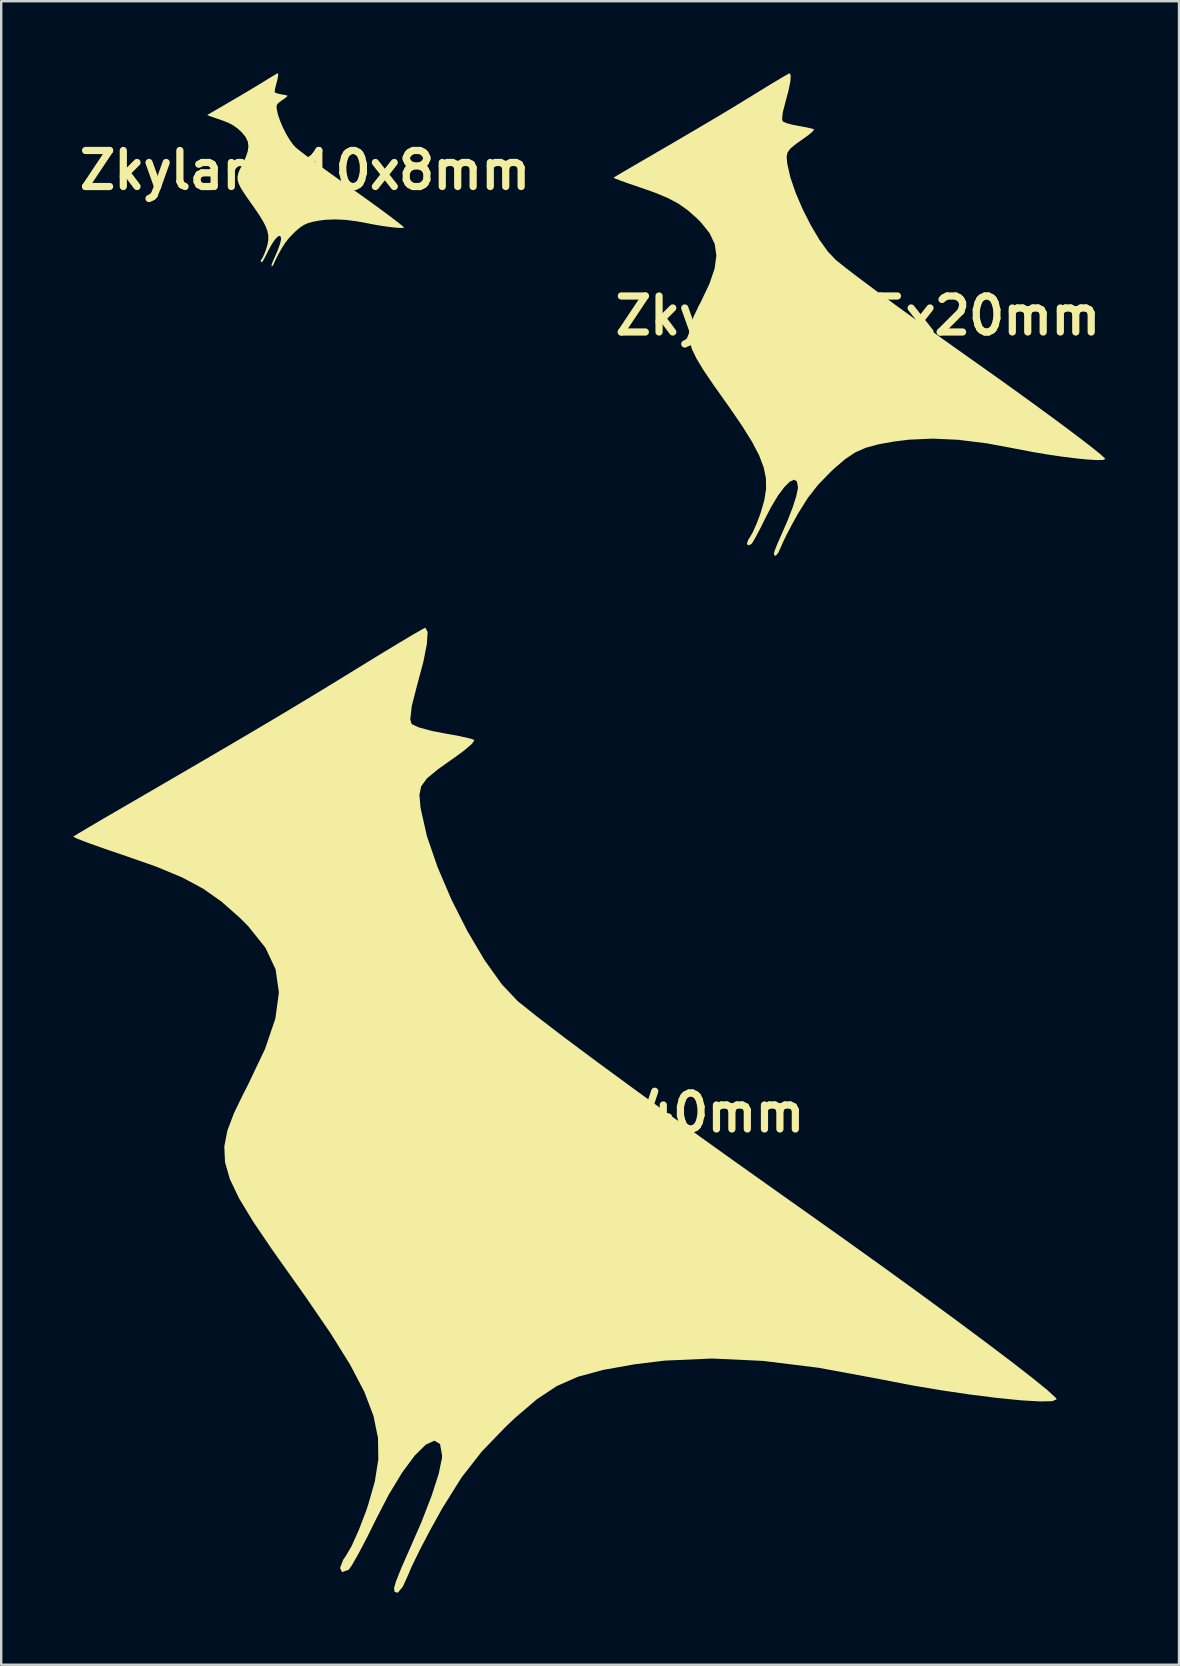
<source format=kicad_pcb>
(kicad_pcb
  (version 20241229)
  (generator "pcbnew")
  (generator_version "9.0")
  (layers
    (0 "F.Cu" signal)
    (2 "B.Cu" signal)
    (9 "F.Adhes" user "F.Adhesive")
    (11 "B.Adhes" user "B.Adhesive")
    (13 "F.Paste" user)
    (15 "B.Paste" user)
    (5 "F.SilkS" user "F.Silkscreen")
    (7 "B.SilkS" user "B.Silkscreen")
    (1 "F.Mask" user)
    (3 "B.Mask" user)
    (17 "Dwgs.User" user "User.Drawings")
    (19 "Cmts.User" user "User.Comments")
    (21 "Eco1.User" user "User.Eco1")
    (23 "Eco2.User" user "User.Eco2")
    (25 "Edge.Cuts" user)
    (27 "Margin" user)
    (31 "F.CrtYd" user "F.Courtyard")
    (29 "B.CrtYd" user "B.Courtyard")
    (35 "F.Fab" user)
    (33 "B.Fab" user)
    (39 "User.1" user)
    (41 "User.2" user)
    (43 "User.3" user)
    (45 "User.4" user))
  (footprint "Zkylark_50x40mm"
    (layer "F.Cu")
    (at 20.363 43.296)
    (property "Reference" "Zkylark_50x40mm" (at 0 0 0) (layer "F.SilkS") (effects (font (size 1.5 1.5) (thickness 0.3))))
    (attr board_only exclude_from_pos_files exclude_from_bom)
    (fp_poly (pts (xy -5.601 -20.021) (xy -5.633 -19.522) (xy -5.784 -18.759) (xy -6.031 -17.842) (xy -6.261 -16.945) (xy -6.325 -16.379) (xy -6.267 -16.187) (xy -5.974 -16.05) (xy -5.42 -15.9) (xy -4.908 -15.801) (xy -4.27 -15.685) (xy -3.811 -15.58) (xy -3.654 -15.521) (xy -3.751 -15.368) (xy -4.098 -15.072) (xy -4.431 -14.828) (xy -5.169 -14.306) (xy -5.63 -13.924) (xy -5.869 -13.598) (xy -5.943 -13.244) (xy -5.905 -12.78) (xy -5.885 -12.639) (xy -5.631 -11.518) (xy -5.192 -10.239) (xy -4.616 -8.891) (xy -3.947 -7.567) (xy -3.232 -6.358) (xy -2.517 -5.354) (xy -1.848 -4.646) (xy -1.837 -4.637) (xy -1.032 -3.994) (xy 0.079 -3.143) (xy 1.475 -2.103) (xy 3.131 -0.889) (xy 5.022 0.48) (xy 7.127 1.987) (xy 9.421 3.615) (xy 10.061 4.067) (xy 11.766 5.277) (xy 13.409 6.454) (xy 14.957 7.576) (xy 16.38 8.619) (xy 17.647 9.562) (xy 18.728 10.379) (xy 19.591 11.05) (xy 20.207 11.55) (xy 20.544 11.857) (xy 20.6 11.939) (xy 20.414 12.015) (xy 19.896 12.026) (xy 19.11 11.979) (xy 18.117 11.88) (xy 16.979 11.737) (xy 15.759 11.557) (xy 14.519 11.347) (xy 13.321 11.114) (xy 13.3 11.109) (xy 10.695 10.626) (xy 8.367 10.337) (xy 6.246 10.239) (xy 4.262 10.326) (xy 3.036 10.477) (xy 1.705 10.714) (xy 0.658 10.998) (xy -0.222 11.386) (xy -1.05 11.934) (xy -1.943 12.696) (xy -2.332 13.062) (xy -3.349 14.116) (xy -4.185 15.188) (xy -4.979 16.457) (xy -5.022 16.531) (xy -5.507 17.408) (xy -5.941 18.236) (xy -6.268 18.91) (xy -6.412 19.25) (xy -6.633 19.738) (xy -6.84 19.992) (xy -6.976 19.961) (xy -7 19.796) (xy -6.921 19.525) (xy -6.713 19) (xy -6.419 18.329) (xy -6.381 18.246) (xy -5.852 17.034) (xy -5.43 15.94) (xy -5.139 15.035) (xy -5.006 14.392) (xy -5 14.28) (xy -5.084 13.803) (xy -5.318 13.66) (xy -5.676 13.824) (xy -6.13 14.27) (xy -6.654 14.974) (xy -7.22 15.908) (xy -7.707 16.847) (xy -8.119 17.678) (xy -8.483 18.372) (xy -8.757 18.853) (xy -8.89 19.037) (xy -9.167 19.135) (xy -9.25 18.965) (xy -9.12 18.623) (xy -9.016 18.475) (xy -8.77 18.053) (xy -8.466 17.377) (xy -8.16 16.575) (xy -8.09 16.369) (xy -7.802 15.367) (xy -7.656 14.444) (xy -7.669 13.548) (xy -7.857 12.628) (xy -8.237 11.63) (xy -8.825 10.503) (xy -9.639 9.195) (xy -10.696 7.653) (xy -11.045 7.161) (xy -12.068 5.717) (xy -12.866 4.54) (xy -13.452 3.574) (xy -13.839 2.766) (xy -14.041 2.061) (xy -14.07 1.405) (xy -13.942 0.742) (xy -13.668 0.019) (xy -13.262 -0.818) (xy -13.085 -1.161) (xy -12.374 -2.656) (xy -11.944 -3.919) (xy -11.796 -5.006) (xy -11.934 -5.973) (xy -12.36 -6.876) (xy -13.078 -7.771) (xy -13.433 -8.127) (xy -14.186 -8.791) (xy -14.951 -9.33) (xy -15.825 -9.799) (xy -16.904 -10.248) (xy -18.163 -10.689) (xy -19.032 -10.985) (xy -19.736 -11.235) (xy -20.204 -11.415) (xy -20.363 -11.498) (xy -20.363 -11.499) (xy -20.174 -11.617) (xy -19.716 -11.889) (xy -19.068 -12.27) (xy -18.6 -12.542) (xy -16.682 -13.657) (xy -15.058 -14.603) (xy -13.677 -15.412) (xy -12.488 -16.113) (xy -11.437 -16.739) (xy -10.474 -17.319) (xy -9.546 -17.884) (xy -8.646 -18.437) (xy -7.696 -19.021) (xy -6.868 -19.523) (xy -6.22 -19.909) (xy -5.811 -20.144) (xy -5.696 -20.2)) (stroke (width 0) (type solid)) (fill yes) (layer "F.SilkS")))
  (footprint "Zkylark_25x20mm"
    (layer "F.Cu")
    (at 32.686 10.1)
    (property "Reference" "Zkylark_25x20mm" (at 0 0 0) (layer "F.SilkS") (effects (font (size 1.5 1.5) (thickness 0.3))))
    (attr board_only exclude_from_pos_files exclude_from_bom)
    (fp_poly (pts (xy -2.8 -10.011) (xy -2.816 -9.761) (xy -2.892 -9.38) (xy -3.015 -8.921) (xy -3.131 -8.473) (xy -3.162 -8.189) (xy -3.133 -8.093) (xy -2.987 -8.025) (xy -2.71 -7.95) (xy -2.454 -7.901) (xy -2.135 -7.843) (xy -1.905 -7.79) (xy -1.827 -7.76) (xy -1.876 -7.684) (xy -2.049 -7.536) (xy -2.216 -7.414) (xy -2.585 -7.153) (xy -2.815 -6.962) (xy -2.935 -6.799) (xy -2.971 -6.622) (xy -2.952 -6.39) (xy -2.943 -6.32) (xy -2.815 -5.759) (xy -2.596 -5.119) (xy -2.308 -4.446) (xy -1.973 -3.784) (xy -1.616 -3.179) (xy -1.258 -2.677) (xy -0.924 -2.323) (xy -0.918 -2.319) (xy -0.516 -1.997) (xy 0.04 -1.572) (xy 0.737 -1.051) (xy 1.565 -0.445) (xy 2.511 0.24) (xy 3.564 0.994) (xy 4.711 1.808) (xy 5.03 2.033) (xy 5.883 2.638) (xy 6.704 3.227) (xy 7.478 3.788) (xy 8.19 4.31) (xy 8.823 4.781) (xy 9.364 5.19) (xy 9.796 5.525) (xy 10.104 5.775) (xy 10.272 5.929) (xy 10.3 5.969) (xy 10.207 6.008) (xy 9.948 6.013) (xy 9.555 5.989) (xy 9.058 5.94) (xy 8.49 5.868) (xy 7.88 5.778) (xy 7.26 5.673) (xy 6.661 5.557) (xy 6.65 5.555) (xy 5.348 5.313) (xy 4.184 5.169) (xy 3.123 5.119) (xy 2.131 5.163) (xy 1.518 5.238) (xy 0.853 5.357) (xy 0.329 5.499) (xy -0.111 5.693) (xy -0.525 5.967) (xy -0.972 6.348) (xy -1.166 6.531) (xy -1.674 7.058) (xy -2.092 7.594) (xy -2.49 8.229) (xy -2.511 8.266) (xy -2.753 8.704) (xy -2.97 9.118) (xy -3.134 9.455) (xy -3.206 9.625) (xy -3.317 9.869) (xy -3.42 9.996) (xy -3.488 9.981) (xy -3.5 9.898) (xy -3.461 9.762) (xy -3.357 9.5) (xy -3.209 9.165) (xy -3.19 9.123) (xy -2.926 8.517) (xy -2.715 7.97) (xy -2.57 7.518) (xy -2.503 7.196) (xy -2.5 7.14) (xy -2.542 6.902) (xy -2.659 6.83) (xy -2.838 6.912) (xy -3.065 7.135) (xy -3.327 7.487) (xy -3.61 7.954) (xy -3.853 8.424) (xy -4.059 8.839) (xy -4.242 9.186) (xy -4.379 9.427) (xy -4.445 9.518) (xy -4.583 9.567) (xy -4.625 9.483) (xy -4.56 9.311) (xy -4.508 9.238) (xy -4.385 9.027) (xy -4.233 8.688) (xy -4.08 8.287) (xy -4.045 8.185) (xy -3.901 7.683) (xy -3.828 7.222) (xy -3.834 6.774) (xy -3.928 6.314) (xy -4.118 5.815) (xy -4.413 5.252) (xy -4.82 4.598) (xy -5.348 3.827) (xy -5.523 3.581) (xy -6.034 2.859) (xy -6.433 2.27) (xy -6.726 1.787) (xy -6.919 1.383) (xy -7.02 1.031) (xy -7.035 0.702) (xy -6.971 0.371) (xy -6.834 0.01) (xy -6.631 -0.409) (xy -6.542 -0.581) (xy -6.187 -1.328) (xy -5.972 -1.96) (xy -5.898 -2.503) (xy -5.967 -2.986) (xy -6.18 -3.438) (xy -6.539 -3.886) (xy -6.717 -4.064) (xy -7.093 -4.395) (xy -7.475 -4.665) (xy -7.912 -4.899) (xy -8.452 -5.124) (xy -9.081 -5.345) (xy -9.516 -5.492) (xy -9.868 -5.618) (xy -10.102 -5.708) (xy -10.182 -5.749) (xy -10.181 -5.749) (xy -10.087 -5.808) (xy -9.858 -5.945) (xy -9.534 -6.135) (xy -9.3 -6.271) (xy -8.341 -6.829) (xy -7.529 -7.302) (xy -6.839 -7.706) (xy -6.244 -8.057) (xy -5.719 -8.369) (xy -5.237 -8.659) (xy -4.773 -8.942) (xy -4.323 -9.219) (xy -3.848 -9.511) (xy -3.434 -9.762) (xy -3.11 -9.954) (xy -2.906 -10.072) (xy -2.848 -10.1)) (stroke (width 0) (type solid)) (fill yes) (layer "F.SilkS")))
  (footprint "Zkylark_10x8mm"
    (layer "F.Cu")
    (at 9.657 4.04)
    (property "Reference" "Zkylark_10x8mm" (at 0 0 0) (layer "F.SilkS") (effects (font (size 1.5 1.5) (thickness 0.3))))
    (attr board_only exclude_from_pos_files exclude_from_bom)
    (fp_poly (pts (xy -1.12 -4.004) (xy -1.127 -3.904) (xy -1.157 -3.752) (xy -1.206 -3.568) (xy -1.252 -3.389) (xy -1.265 -3.276) (xy -1.253 -3.237) (xy -1.195 -3.21) (xy -1.084 -3.18) (xy -0.982 -3.16) (xy -0.854 -3.137) (xy -0.762 -3.116) (xy -0.731 -3.104) (xy -0.75 -3.074) (xy -0.82 -3.014) (xy -0.886 -2.966) (xy -1.034 -2.861) (xy -1.126 -2.785) (xy -1.174 -2.72) (xy -1.189 -2.649) (xy -1.181 -2.556) (xy -1.177 -2.528) (xy -1.126 -2.304) (xy -1.038 -2.048) (xy -0.923 -1.778) (xy -0.789 -1.513) (xy -0.646 -1.272) (xy -0.503 -1.071) (xy -0.37 -0.929) (xy -0.367 -0.927) (xy -0.206 -0.799) (xy 0.016 -0.629) (xy 0.295 -0.421) (xy 0.626 -0.178) (xy 1.004 0.096) (xy 1.425 0.397) (xy 1.884 0.723) (xy 2.012 0.813) (xy 2.353 1.055) (xy 2.682 1.291) (xy 2.991 1.515) (xy 3.276 1.724) (xy 3.529 1.912) (xy 3.746 2.076) (xy 3.918 2.21) (xy 4.041 2.31) (xy 4.109 2.371) (xy 4.12 2.388) (xy 4.083 2.403) (xy 3.979 2.405) (xy 3.822 2.396) (xy 3.623 2.376) (xy 3.396 2.347) (xy 3.152 2.311) (xy 2.904 2.269) (xy 2.664 2.223) (xy 2.66 2.222) (xy 2.139 2.125) (xy 1.673 2.067) (xy 1.249 2.048) (xy 0.852 2.065) (xy 0.607 2.095) (xy 0.341 2.143) (xy 0.132 2.2) (xy -0.044 2.277) (xy -0.21 2.387) (xy -0.389 2.539) (xy -0.466 2.612) (xy -0.67 2.823) (xy -0.837 3.038) (xy -0.996 3.291) (xy -1.004 3.306) (xy -1.101 3.482) (xy -1.188 3.647) (xy -1.254 3.782) (xy -1.282 3.85) (xy -1.327 3.948) (xy -1.368 3.998) (xy -1.395 3.992) (xy -1.4 3.959) (xy -1.384 3.905) (xy -1.343 3.8) (xy -1.284 3.666) (xy -1.276 3.649) (xy -1.17 3.407) (xy -1.086 3.188) (xy -1.028 3.007) (xy -1.001 2.878) (xy -1 2.856) (xy -1.017 2.761) (xy -1.064 2.732) (xy -1.135 2.765) (xy -1.226 2.854) (xy -1.331 2.995) (xy -1.444 3.182) (xy -1.541 3.369) (xy -1.624 3.536) (xy -1.697 3.674) (xy -1.751 3.771) (xy -1.778 3.807) (xy -1.833 3.827) (xy -1.85 3.793) (xy -1.824 3.725) (xy -1.803 3.695) (xy -1.754 3.611) (xy -1.693 3.475) (xy -1.632 3.315) (xy -1.618 3.274) (xy -1.56 3.073) (xy -1.531 2.889) (xy -1.534 2.71) (xy -1.571 2.526) (xy -1.647 2.326) (xy -1.765 2.101) (xy -1.928 1.839) (xy -2.139 1.531) (xy -2.209 1.432) (xy -2.414 1.143) (xy -2.573 0.908) (xy -2.69 0.715) (xy -2.768 0.553) (xy -2.808 0.412) (xy -2.814 0.281) (xy -2.788 0.148) (xy -2.734 0.004) (xy -2.652 -0.164) (xy -2.617 -0.232) (xy -2.475 -0.531) (xy -2.389 -0.784) (xy -2.359 -1.001) (xy -2.387 -1.195) (xy -2.472 -1.375) (xy -2.616 -1.554) (xy -2.687 -1.625) (xy -2.837 -1.758) (xy -2.99 -1.866) (xy -3.165 -1.96) (xy -3.381 -2.05) (xy -3.633 -2.138) (xy -3.806 -2.197) (xy -3.947 -2.247) (xy -4.041 -2.283) (xy -4.073 -2.3) (xy -4.073 -2.3) (xy -4.035 -2.323) (xy -3.943 -2.378) (xy -3.814 -2.454) (xy -3.72 -2.508) (xy -3.336 -2.731) (xy -3.012 -2.921) (xy -2.735 -3.082) (xy -2.498 -3.223) (xy -2.287 -3.348) (xy -2.095 -3.464) (xy -1.909 -3.577) (xy -1.729 -3.687) (xy -1.539 -3.804) (xy -1.374 -3.905) (xy -1.244 -3.982) (xy -1.162 -4.029) (xy -1.139 -4.04)) (stroke (width 0) (type solid)) (fill yes) (layer "F.SilkS")))
  (gr_rect
    (start -3 -3)
    (end 46.057 66.288)
    (stroke (width 0.1) (type default))
    (fill no)
    (layer "Edge.Cuts")))
</source>
